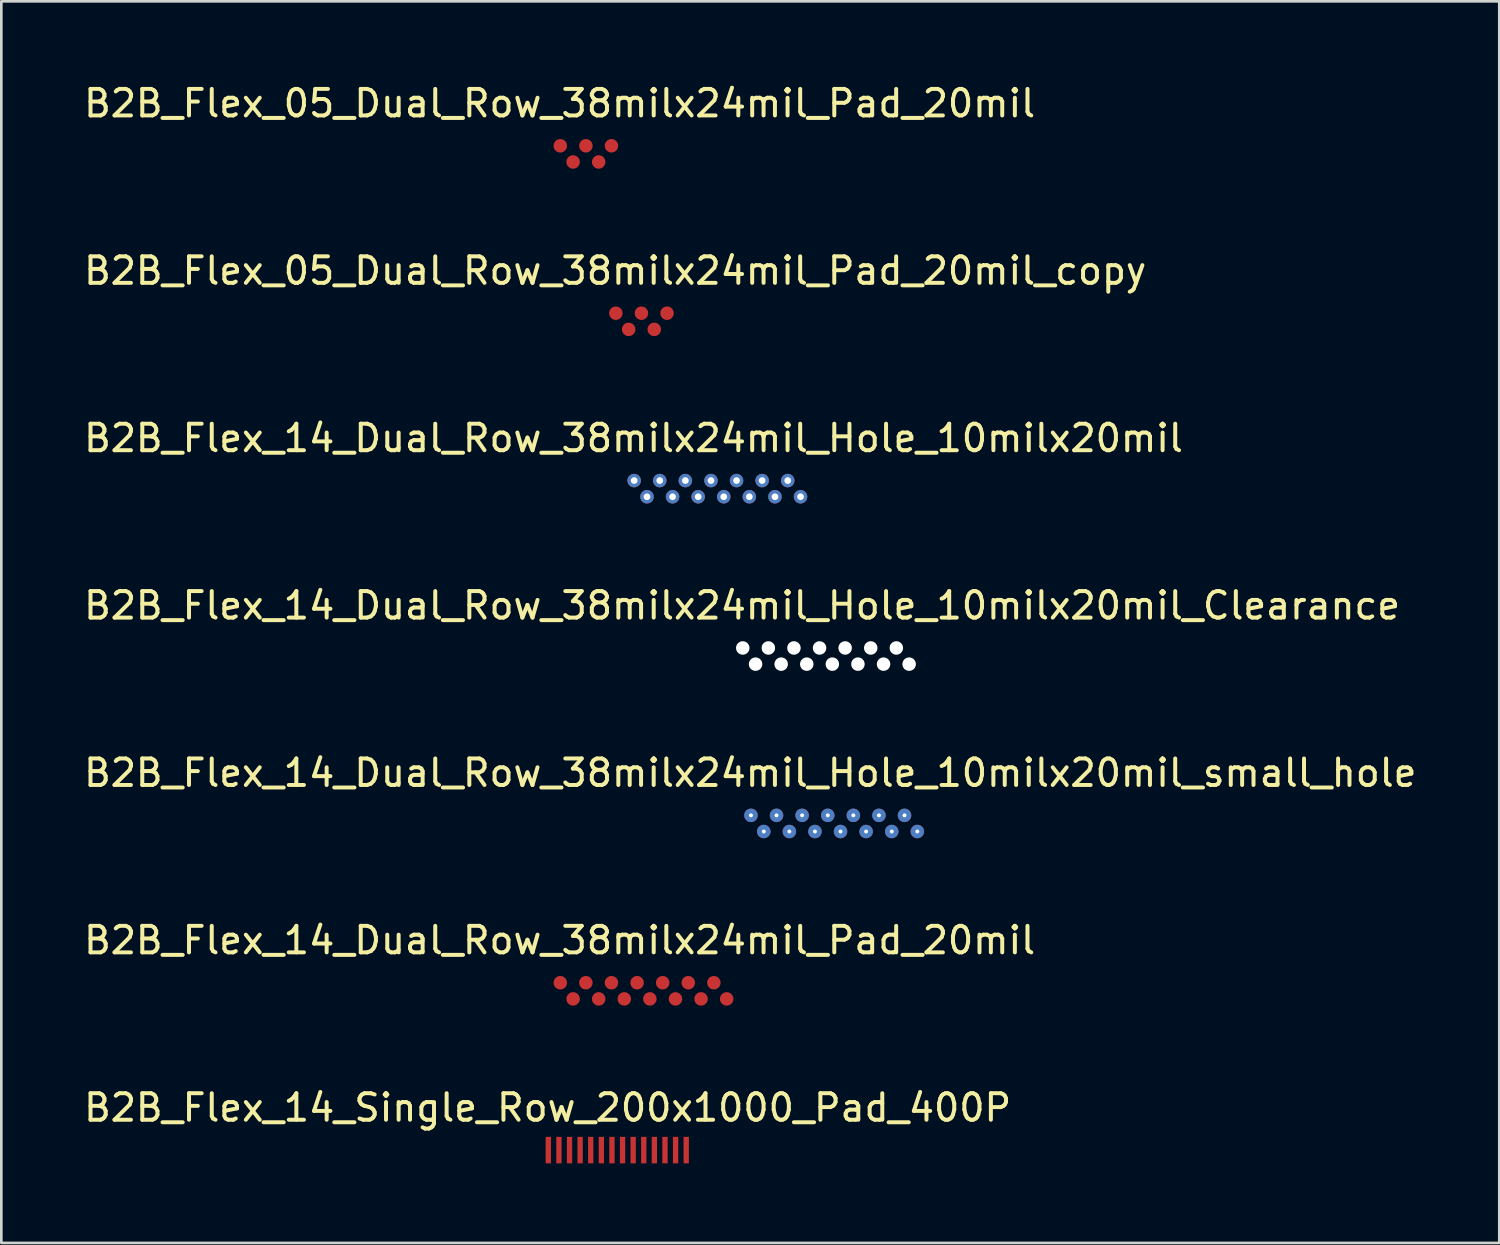
<source format=kicad_pcb>
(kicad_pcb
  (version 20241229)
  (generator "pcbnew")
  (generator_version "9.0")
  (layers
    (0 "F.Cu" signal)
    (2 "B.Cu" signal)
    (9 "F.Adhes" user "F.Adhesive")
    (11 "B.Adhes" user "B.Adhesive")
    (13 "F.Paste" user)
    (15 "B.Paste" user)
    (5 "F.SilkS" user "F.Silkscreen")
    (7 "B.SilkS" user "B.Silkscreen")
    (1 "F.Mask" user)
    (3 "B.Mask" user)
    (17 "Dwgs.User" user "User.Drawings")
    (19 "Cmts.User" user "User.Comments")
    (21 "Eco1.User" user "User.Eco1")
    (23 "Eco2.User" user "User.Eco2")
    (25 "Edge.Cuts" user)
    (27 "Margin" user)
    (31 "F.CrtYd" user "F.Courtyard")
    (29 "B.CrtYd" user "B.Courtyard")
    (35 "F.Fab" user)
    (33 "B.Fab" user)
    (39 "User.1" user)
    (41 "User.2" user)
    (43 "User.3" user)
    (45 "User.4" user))
  (footprint "B2B_Flex_05_Dual_Row_38milx24mil_Pad_20mil_copy"
    (layer "F.Cu")
    (at 20.174 8.761)
    (property "Reference" "B2B_Flex_05_Dual_Row_38milx24mil_Pad_20mil_copy" (at -0.025 -1.6 0) (layer "F.SilkS") (effects (font (size 1 1) (thickness 0.15))))
    (attr through_hole)
    (pad "1" smd circle (at 0 0) (size 0.508 0.508) (layers "F.Cu" "F.Mask" "F.Paste"))
    (pad "2" smd circle (at 0.483 0.61) (size 0.508 0.508) (layers "F.Cu" "F.Mask" "F.Paste"))
    (pad "3" smd circle (at 0.965 0) (size 0.508 0.508) (layers "F.Cu" "F.Mask" "F.Paste"))
    (pad "4" smd circle (at 1.448 0.61) (size 0.508 0.508) (layers "F.Cu" "F.Mask" "F.Paste"))
    (pad "5" smd circle (at 1.93 0) (size 0.508 0.508) (layers "F.Cu" "F.Mask" "F.Paste")))
  (footprint "B2B_Flex_14_Dual_Row_38milx24mil_Pad_20mil"
    (layer "F.Cu")
    (at 18.079 34.009)
    (property "Reference" "B2B_Flex_14_Dual_Row_38milx24mil_Pad_20mil" (at -0.025 -1.6 0) (layer "F.SilkS") (effects (font (size 1 1) (thickness 0.15))))
    (attr through_hole)
    (pad "1" smd circle (at 0 0) (size 0.508 0.508) (layers "F.Cu" "F.Mask" "F.Paste"))
    (pad "2" smd circle (at 0.483 0.61) (size 0.508 0.508) (layers "F.Cu" "F.Mask" "F.Paste"))
    (pad "3" smd circle (at 0.965 0) (size 0.508 0.508) (layers "F.Cu" "F.Mask" "F.Paste"))
    (pad "4" smd circle (at 1.448 0.61) (size 0.508 0.508) (layers "F.Cu" "F.Mask" "F.Paste"))
    (pad "5" smd circle (at 1.93 0) (size 0.508 0.508) (layers "F.Cu" "F.Mask" "F.Paste"))
    (pad "6" smd circle (at 2.413 0.61) (size 0.508 0.508) (layers "F.Cu" "F.Mask" "F.Paste"))
    (pad "7" smd circle (at 2.896 0) (size 0.508 0.508) (layers "F.Cu" "F.Mask" "F.Paste"))
    (pad "8" smd circle (at 3.378 0.61) (size 0.508 0.508) (layers "F.Cu" "F.Mask" "F.Paste"))
    (pad "9" smd circle (at 3.861 0) (size 0.508 0.508) (layers "F.Cu" "F.Mask" "F.Paste"))
    (pad "10" smd circle (at 4.343 0.61) (size 0.508 0.508) (layers "F.Cu" "F.Mask" "F.Paste"))
    (pad "11" smd circle (at 4.826 0) (size 0.508 0.508) (layers "F.Cu" "F.Mask" "F.Paste"))
    (pad "12" smd circle (at 5.309 0.61) (size 0.508 0.508) (layers "F.Cu" "F.Mask" "F.Paste"))
    (pad "13" smd circle (at 5.791 0) (size 0.508 0.508) (layers "F.Cu" "F.Mask" "F.Paste"))
    (pad "14" smd circle (at 6.274 0.61) (size 0.508 0.508) (layers "F.Cu" "F.Mask" "F.Paste")))
  (footprint "B2B_Flex_14_Single_Row_200x1000_Pad_400P"
    (layer "F.Cu")
    (at 17.627 40.321)
    (property "Reference" "B2B_Flex_14_Single_Row_200x1000_Pad_400P" (at -0.025 -1.6 0) (layer "F.SilkS") (effects (font (size 1 1) (thickness 0.15))))
    (attr through_hole)
    (pad "1" smd rect (at 0 0) (size 0.2 1) (layers "F.Cu" "F.Mask" "F.Paste"))
    (pad "2" smd rect (at 0.4 0) (size 0.2 1) (layers "F.Cu" "F.Mask" "F.Paste"))
    (pad "3" smd rect (at 0.8 0) (size 0.2 1) (layers "F.Cu" "F.Mask" "F.Paste"))
    (pad "4" smd rect (at 1.2 0) (size 0.2 1) (layers "F.Cu" "F.Mask" "F.Paste"))
    (pad "5" smd rect (at 1.6 0) (size 0.2 1) (layers "F.Cu" "F.Mask" "F.Paste"))
    (pad "6" smd rect (at 2 0) (size 0.2 1) (layers "F.Cu" "F.Mask" "F.Paste"))
    (pad "7" smd rect (at 2.4 0) (size 0.2 1) (layers "F.Cu" "F.Mask" "F.Paste"))
    (pad "8" smd rect (at 2.8 0) (size 0.2 1) (layers "F.Cu" "F.Mask" "F.Paste"))
    (pad "9" smd rect (at 3.2 0) (size 0.2 1) (layers "F.Cu" "F.Mask" "F.Paste"))
    (pad "10" smd rect (at 3.6 0) (size 0.2 1) (layers "F.Cu" "F.Mask" "F.Paste"))
    (pad "11" smd rect (at 4 0) (size 0.2 1) (layers "F.Cu" "F.Mask" "F.Paste"))
    (pad "12" smd rect (at 4.4 0) (size 0.2 1) (layers "F.Cu" "F.Mask" "F.Paste"))
    (pad "13" smd rect (at 4.8 0) (size 0.2 1) (layers "F.Cu" "F.Mask" "F.Paste"))
    (pad "14" smd rect (at 5.2 0) (size 0.2 1) (layers "F.Cu" "F.Mask" "F.Paste")))
  (footprint "B2B_Flex_14_Dual_Row_38milx24mil_Hole_10milx20mil"
    (layer "F.Cu")
    (at 20.865 15.073)
    (property "Reference" "B2B_Flex_14_Dual_Row_38milx24mil_Hole_10milx20mil" (at -0.025 -1.6 0) (layer "F.SilkS") (effects (font (size 1 1) (thickness 0.15))))
    (attr through_hole)
    (pad "1" thru_hole circle (at 0 0) (size 0.508 0.508) (drill 0.254) (layers "*.Cu" "*.Mask"))
    (pad "2" thru_hole circle (at 0.483 0.61) (size 0.508 0.508) (drill 0.254) (layers "*.Cu" "*.Mask"))
    (pad "3" thru_hole circle (at 0.965 0) (size 0.508 0.508) (drill 0.254) (layers "*.Cu" "*.Mask"))
    (pad "4" thru_hole circle (at 1.448 0.61) (size 0.508 0.508) (drill 0.254) (layers "*.Cu" "*.Mask"))
    (pad "5" thru_hole circle (at 1.93 0) (size 0.508 0.508) (drill 0.254) (layers "*.Cu" "*.Mask"))
    (pad "6" thru_hole circle (at 2.413 0.61) (size 0.508 0.508) (drill 0.254) (layers "*.Cu" "*.Mask"))
    (pad "7" thru_hole circle (at 2.896 0) (size 0.508 0.508) (drill 0.254) (layers "*.Cu" "*.Mask"))
    (pad "8" thru_hole circle (at 3.378 0.61) (size 0.508 0.508) (drill 0.254) (layers "*.Cu" "*.Mask"))
    (pad "9" thru_hole circle (at 3.861 0) (size 0.508 0.508) (drill 0.254) (layers "*.Cu" "*.Mask"))
    (pad "10" thru_hole circle (at 4.343 0.61) (size 0.508 0.508) (drill 0.254) (layers "*.Cu" "*.Mask"))
    (pad "11" thru_hole circle (at 4.826 0) (size 0.508 0.508) (drill 0.254) (layers "*.Cu" "*.Mask"))
    (pad "12" thru_hole circle (at 5.309 0.61) (size 0.508 0.508) (drill 0.254) (layers "*.Cu" "*.Mask"))
    (pad "13" thru_hole circle (at 5.791 0) (size 0.508 0.508) (drill 0.254) (layers "*.Cu" "*.Mask"))
    (pad "14" thru_hole circle (at 6.274 0.61) (size 0.508 0.508) (drill 0.254) (layers "*.Cu" "*.Mask")))
  (footprint "B2B_Flex_05_Dual_Row_38milx24mil_Pad_20mil"
    (layer "F.Cu")
    (at 18.079 2.448)
    (property "Reference" "B2B_Flex_05_Dual_Row_38milx24mil_Pad_20mil" (at -0.025 -1.6 0) (layer "F.SilkS") (effects (font (size 1 1) (thickness 0.15))))
    (attr through_hole)
    (pad "1" smd circle (at 0 0) (size 0.508 0.508) (layers "F.Cu" "F.Mask" "F.Paste"))
    (pad "2" smd circle (at 0.483 0.61) (size 0.508 0.508) (layers "F.Cu" "F.Mask" "F.Paste"))
    (pad "3" smd circle (at 0.965 0) (size 0.508 0.508) (layers "F.Cu" "F.Mask" "F.Paste"))
    (pad "4" smd circle (at 1.448 0.61) (size 0.508 0.508) (layers "F.Cu" "F.Mask" "F.Paste"))
    (pad "5" smd circle (at 1.93 0) (size 0.508 0.508) (layers "F.Cu" "F.Mask" "F.Paste")))
  (footprint "B2B_Flex_14_Dual_Row_38milx24mil_Hole_10milx20mil_Clearance"
    (layer "F.Cu")
    (at 24.96 21.385)
    (property "Reference" "B2B_Flex_14_Dual_Row_38milx24mil_Hole_10milx20mil_Clearance" (at -0.025 -1.6 0) (layer "F.SilkS") (effects (font (size 1 1) (thickness 0.15))))
    (attr through_hole)
    (pad "" np_thru_hole circle (at 0 0) (size 0.508 0.508) (drill 0.508) (layers "*.Cu" "*.Mask"))
    (pad "" np_thru_hole circle (at 0.483 0.61) (size 0.508 0.508) (drill 0.508) (layers "*.Cu" "*.Mask"))
    (pad "" np_thru_hole circle (at 0.965 0) (size 0.508 0.508) (drill 0.508) (layers "*.Cu" "*.Mask"))
    (pad "" np_thru_hole circle (at 1.448 0.61) (size 0.508 0.508) (drill 0.508) (layers "*.Cu" "*.Mask"))
    (pad "" np_thru_hole circle (at 1.93 0) (size 0.508 0.508) (drill 0.508) (layers "*.Cu" "*.Mask"))
    (pad "" np_thru_hole circle (at 2.413 0.61) (size 0.508 0.508) (drill 0.508) (layers "*.Cu" "*.Mask"))
    (pad "" np_thru_hole circle (at 2.896 0) (size 0.508 0.508) (drill 0.508) (layers "*.Cu" "*.Mask"))
    (pad "" np_thru_hole circle (at 3.378 0.61) (size 0.508 0.508) (drill 0.508) (layers "*.Cu" "*.Mask"))
    (pad "" np_thru_hole circle (at 3.861 0) (size 0.508 0.508) (drill 0.508) (layers "*.Cu" "*.Mask"))
    (pad "" np_thru_hole circle (at 4.343 0.61) (size 0.508 0.508) (drill 0.508) (layers "*.Cu" "*.Mask"))
    (pad "" np_thru_hole circle (at 4.826 0) (size 0.508 0.508) (drill 0.508) (layers "*.Cu" "*.Mask"))
    (pad "" np_thru_hole circle (at 5.309 0.61) (size 0.508 0.508) (drill 0.508) (layers "*.Cu" "*.Mask"))
    (pad "" np_thru_hole circle (at 5.791 0) (size 0.508 0.508) (drill 0.508) (layers "*.Cu" "*.Mask"))
    (pad "" np_thru_hole circle (at 6.274 0.61) (size 0.508 0.508) (drill 0.508) (layers "*.Cu" "*.Mask")))
  (footprint "B2B_Flex_14_Dual_Row_38milx24mil_Hole_10milx20mil_small_hole"
    (layer "F.Cu")
    (at 25.269 27.697)
    (property "Reference" "B2B_Flex_14_Dual_Row_38milx24mil_Hole_10milx20mil_small_hole" (at -0.025 -1.6 0) (layer "F.SilkS") (effects (font (size 1 1) (thickness 0.15))))
    (attr through_hole)
    (pad "1" thru_hole circle (at 0 0) (size 0.508 0.508) (drill 0.15) (layers "*.Cu" "*.Mask"))
    (pad "2" thru_hole circle (at 0.483 0.61) (size 0.508 0.508) (drill 0.15) (layers "*.Cu" "*.Mask"))
    (pad "3" thru_hole circle (at 0.965 0) (size 0.508 0.508) (drill 0.15) (layers "*.Cu" "*.Mask"))
    (pad "4" thru_hole circle (at 1.448 0.61) (size 0.508 0.508) (drill 0.15) (layers "*.Cu" "*.Mask"))
    (pad "5" thru_hole circle (at 1.93 0) (size 0.508 0.508) (drill 0.15) (layers "*.Cu" "*.Mask"))
    (pad "6" thru_hole circle (at 2.413 0.61) (size 0.508 0.508) (drill 0.15) (layers "*.Cu" "*.Mask"))
    (pad "7" thru_hole circle (at 2.896 0) (size 0.508 0.508) (drill 0.15) (layers "*.Cu" "*.Mask"))
    (pad "8" thru_hole circle (at 3.378 0.61) (size 0.508 0.508) (drill 0.15) (layers "*.Cu" "*.Mask"))
    (pad "9" thru_hole circle (at 3.861 0) (size 0.508 0.508) (drill 0.15) (layers "*.Cu" "*.Mask"))
    (pad "10" thru_hole circle (at 4.343 0.61) (size 0.508 0.508) (drill 0.15) (layers "*.Cu" "*.Mask"))
    (pad "11" thru_hole circle (at 4.826 0) (size 0.508 0.508) (drill 0.15) (layers "*.Cu" "*.Mask"))
    (pad "12" thru_hole circle (at 5.309 0.61) (size 0.508 0.508) (drill 0.15) (layers "*.Cu" "*.Mask"))
    (pad "13" thru_hole circle (at 5.791 0) (size 0.508 0.508) (drill 0.15) (layers "*.Cu" "*.Mask"))
    (pad "14" thru_hole circle (at 6.274 0.61) (size 0.508 0.508) (drill 0.15) (layers "*.Cu" "*.Mask")))
  (gr_rect
    (start -3 -3)
    (end 53.488 43.821)
    (stroke (width 0.1) (type default))
    (fill no)
    (layer "Edge.Cuts")))
</source>
